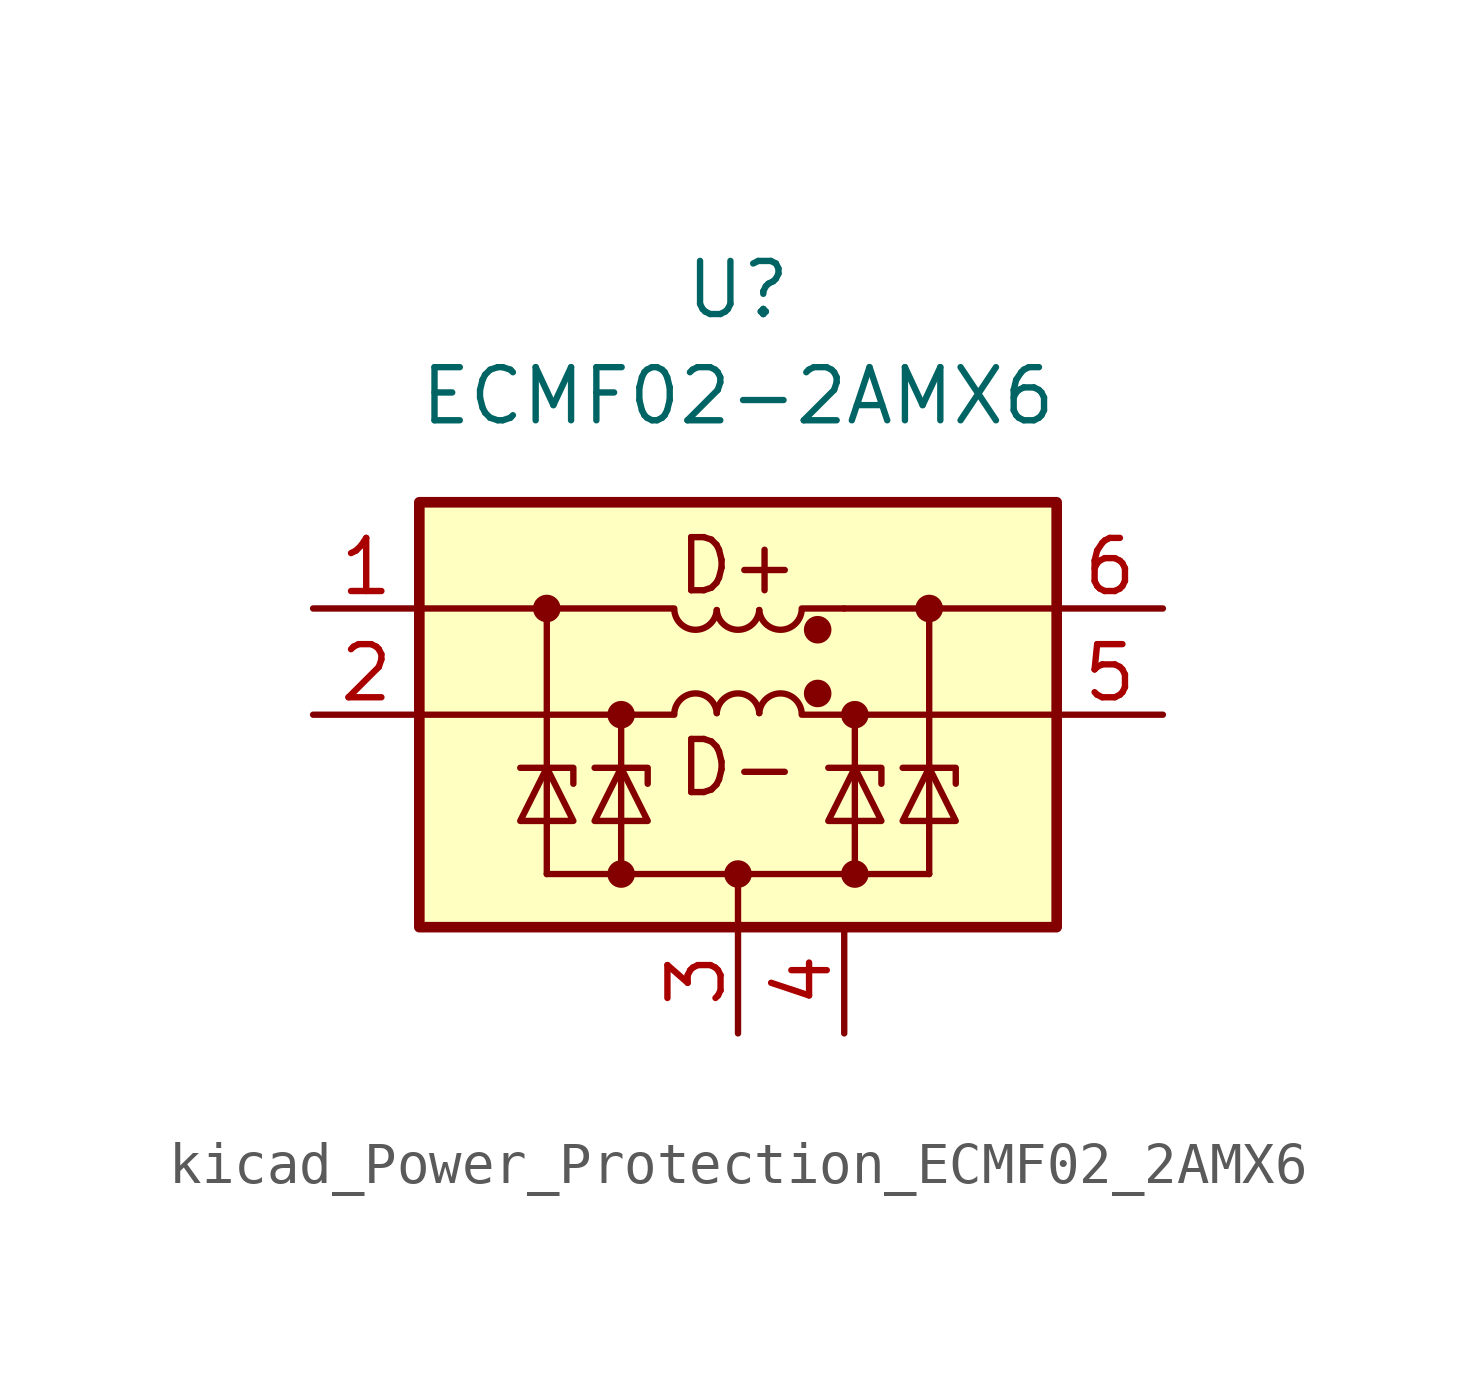
<source format=kicad_sym>
(kicad_symbol_lib
  (version 20220914)
  (generator kicad_symbol_editor)
  (symbol "kicad_Power_Protection_ECMF02_2AMX6"
    (pin_names
      (offset 0.025) hide)
    (property "Reference" "U"
      (at 0 10.16 0)
      (effects (font (size 1.27 1.27))))
    (property "Value" "ECMF02-2AMX6"
      (at 0 7.62 0)
      (effects (font (size 1.27 1.27))))
    (symbol "kicad_Power_Protection_ECMF02_2AMX6_0_1"
      (rectangle (start -7.62 5.08) (end 7.62 -5.08) (stroke (width 0.254) (type default)) (fill (type background)))
      (arc (start -1.524 2.5023) (mid -1.016 2.0306) (end -0.508 2.5023) (stroke (width 0) (type default)) (fill (type none)))
      (arc (start -0.508 0.0377) (mid -1.016 0.5094) (end -1.524 0.0377) (stroke (width 0) (type default)) (fill (type none)))
      (arc (start -0.508 2.5023) (mid 0 2.0306) (end 0.508 2.5023) (stroke (width 0) (type default)) (fill (type none)))
      (polyline (pts (xy -7.62 0) (xy -1.524 0)) (stroke (width 0) (type default)) (fill (type none)))
      (polyline (pts (xy -7.62 2.54) (xy -1.524 2.54)) (stroke (width 0) (type default)) (fill (type none)))
      (polyline (pts (xy -4.572 -3.81) (xy 4.572 -3.81)) (stroke (width 0) (type default)) (fill (type none)))
      (polyline (pts (xy -4.572 2.54) (xy -4.572 -3.81)) (stroke (width 0) (type default)) (fill (type none)))
      (polyline (pts (xy -2.794 0) (xy -2.794 -3.81)) (stroke (width 0) (type default)) (fill (type none)))
      (polyline (pts (xy 0 -5.08) (xy 0 -3.81)) (stroke (width 0) (type default)) (fill (type none)))
      (polyline (pts (xy 2.54 0) (xy 1.524 0)) (stroke (width 0) (type default)) (fill (type none)))
      (polyline (pts (xy 2.54 0) (xy 7.62 0)) (stroke (width 0) (type default)) (fill (type none)))
      (polyline (pts (xy 2.54 2.54) (xy 1.524 2.54)) (stroke (width 0) (type default)) (fill (type none)))
      (polyline (pts (xy 2.54 2.54) (xy 7.62 2.54)) (stroke (width 0) (type default)) (fill (type none)))
      (polyline (pts (xy 2.794 0) (xy 2.794 -3.81)) (stroke (width 0) (type default)) (fill (type none)))
      (polyline (pts (xy 4.572 2.54) (xy 4.572 -3.81)) (stroke (width 0) (type default)) (fill (type none)))
      (arc (start 0.508 0.0377) (mid 0 0.5094) (end -0.508 0.0377) (stroke (width 0) (type default)) (fill (type none)))
      (arc (start 0.508 2.5023) (mid 1.016 2.0306) (end 1.524 2.5023) (stroke (width 0) (type default)) (fill (type none)))
      (arc (start 1.524 0.0377) (mid 1.016 0.5094) (end 0.508 0.0377) (stroke (width 0) (type default)) (fill (type none)))
      (text "D+" (at 0 3.556 0) (effects (font (size 1.27 1.27))))
      (text "D-" (at 0 -1.27 0) (effects (font (size 1.27 1.27)))))
    (symbol "kicad_Power_Protection_ECMF02_2AMX6_1_1"
      (circle (center -4.572 2.54) (radius 0.254) (stroke (width 0) (type default)) (fill (type outline)))
      (circle (center -2.794 -3.81) (radius 0.254) (stroke (width 0) (type default)) (fill (type outline)))
      (circle (center -2.794 0) (radius 0.254) (stroke (width 0) (type default)) (fill (type outline)))
      (circle (center 0 -3.81) (radius 0.254) (stroke (width 0) (type default)) (fill (type outline)))
      (polyline (pts (xy -3.937 -1.651) (xy -3.937 -1.27) (xy -5.207 -1.27)) (stroke (width 0) (type default)) (fill (type none)))
      (polyline (pts (xy -2.159 -1.651) (xy -2.159 -1.27) (xy -3.429 -1.27)) (stroke (width 0) (type default)) (fill (type none)))
      (polyline (pts (xy 3.429 -1.651) (xy 3.429 -1.27) (xy 2.159 -1.27)) (stroke (width 0) (type default)) (fill (type none)))
      (polyline (pts (xy 5.207 -1.651) (xy 5.207 -1.27) (xy 3.937 -1.27)) (stroke (width 0) (type default)) (fill (type none)))
      (polyline (pts (xy -5.207 -2.54) (xy -3.937 -2.54) (xy -4.572 -1.27) (xy -5.207 -2.54)) (stroke (width 0) (type default)) (fill (type none)))
      (polyline (pts (xy -3.429 -2.54) (xy -2.159 -2.54) (xy -2.794 -1.27) (xy -3.429 -2.54)) (stroke (width 0) (type default)) (fill (type none)))
      (polyline (pts (xy 3.429 -2.54) (xy 2.159 -2.54) (xy 2.794 -1.27) (xy 3.429 -2.54)) (stroke (width 0) (type default)) (fill (type none)))
      (polyline (pts (xy 5.207 -2.54) (xy 3.937 -2.54) (xy 4.572 -1.27) (xy 5.207 -2.54)) (stroke (width 0) (type default)) (fill (type none)))
      (circle (center 1.905 0.508) (radius 0.254) (stroke (width 0) (type default)) (fill (type outline)))
      (circle (center 1.905 2.032) (radius 0.254) (stroke (width 0) (type default)) (fill (type outline)))
      (circle (center 2.794 -3.81) (radius 0.254) (stroke (width 0) (type default)) (fill (type outline)))
      (circle (center 2.794 0) (radius 0.254) (stroke (width 0) (type default)) (fill (type outline)))
      (circle (center 4.572 2.54) (radius 0.254) (stroke (width 0) (type default)) (fill (type outline)))
      (pin passive line (at -10.16 2.54 0) (length 2.54) (name "D+_in" (effects (font (size 1.27 1.27)))) (number "1" (effects (font (size 1.27 1.27)))))
      (pin passive line (at -10.16 0 0) (length 2.54) (name "D-_in" (effects (font (size 1.27 1.27)))) (number "2" (effects (font (size 1.27 1.27)))))
      (pin power_in line (at 0 -7.62 90) (length 2.54) (name "GND" (effects (font (size 1.27 1.27)))) (number "3" (effects (font (size 1.27 1.27)))))
      (pin free line (at 2.54 -7.62 90) (length 2.54) (name "NC" (effects (font (size 1.27 1.27)))) (number "4" (effects (font (size 1.27 1.27)))))
      (pin passive line (at 10.16 0 180) (length 2.54) (name "D-_out" (effects (font (size 1.27 1.27)))) (number "5" (effects (font (size 1.27 1.27)))))
      (pin passive line (at 10.16 2.54 180) (length 2.54) (name "D+_out" (effects (font (size 1.27 1.27)))) (number "6" (effects (font (size 1.27 1.27))))))))
</source>
